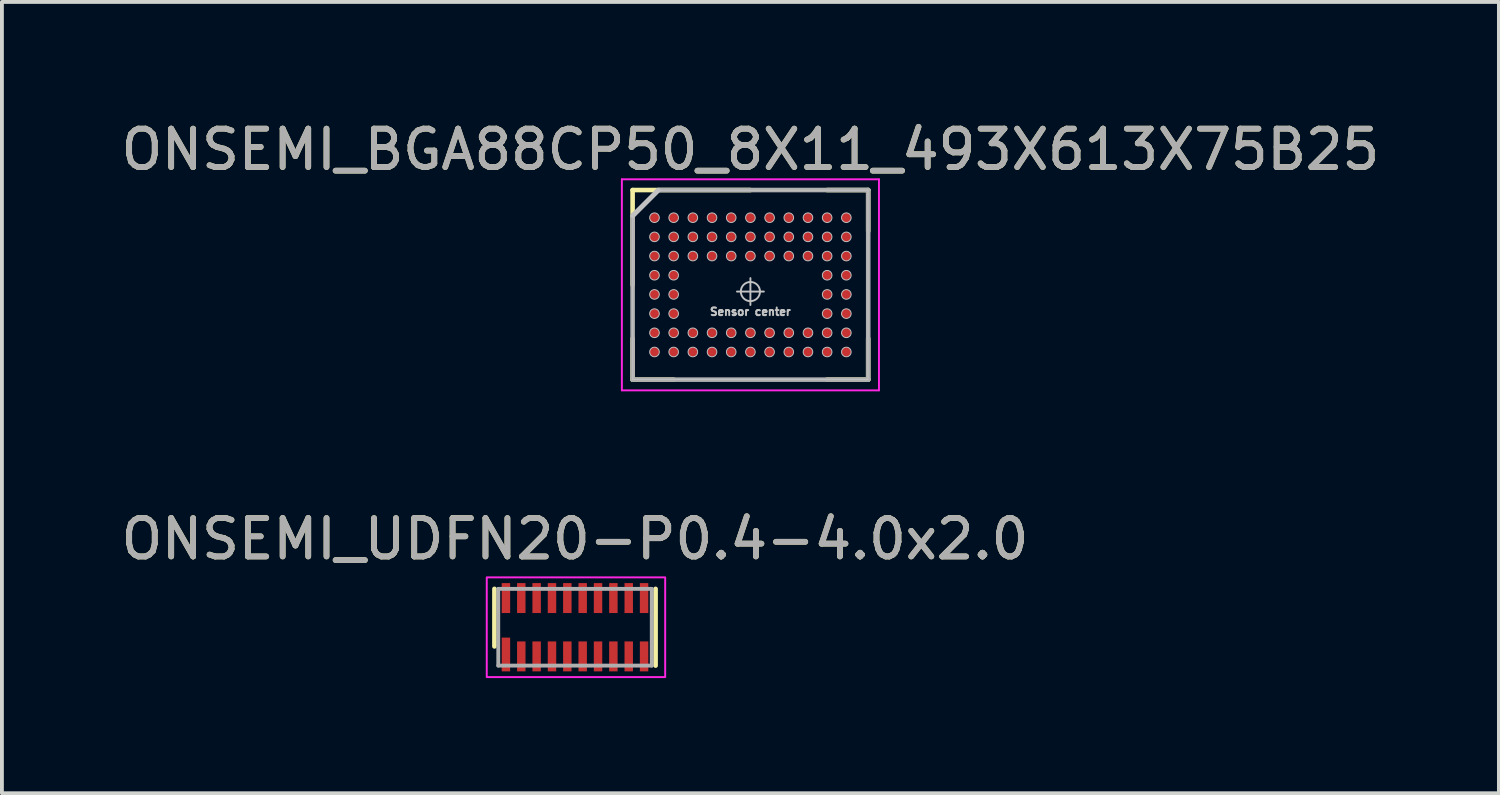
<source format=kicad_pcb>
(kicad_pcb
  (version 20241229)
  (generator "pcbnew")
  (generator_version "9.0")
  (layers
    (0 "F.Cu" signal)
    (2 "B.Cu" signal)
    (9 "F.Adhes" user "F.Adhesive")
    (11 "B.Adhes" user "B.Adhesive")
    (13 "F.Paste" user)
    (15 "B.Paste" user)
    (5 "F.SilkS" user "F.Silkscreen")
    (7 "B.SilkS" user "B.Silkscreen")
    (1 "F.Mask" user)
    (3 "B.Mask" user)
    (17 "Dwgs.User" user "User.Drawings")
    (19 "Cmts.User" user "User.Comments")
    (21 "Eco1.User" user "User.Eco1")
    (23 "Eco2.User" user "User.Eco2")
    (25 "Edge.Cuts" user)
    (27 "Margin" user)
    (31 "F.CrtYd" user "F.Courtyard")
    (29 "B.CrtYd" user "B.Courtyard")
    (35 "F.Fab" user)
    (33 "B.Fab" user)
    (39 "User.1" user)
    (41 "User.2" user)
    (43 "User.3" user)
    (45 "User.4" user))
  (footprint "ONSEMI_BGA88CP50_8X11_493X613X75B25"
    (layer "F.Cu")
    (at 16.506 4.373)
    (property "Reference" "ONSEMI_BGA88CP50_8X11_493X613X75B25" (at 0 -3.525 0) (layer "F.Fab") (effects (font (size 1 1) (thickness 0.15))))
    (attr smd)
    (fp_line (start -3.07 -2.47) (end 0 -2.47) (stroke (width 0.12) (type solid)) (layer "F.SilkS"))
    (fp_line (start -3.07 0) (end -3.07 -2.47) (stroke (width 0.12) (type solid)) (layer "F.SilkS"))
    (fp_line (start -3.07 2.47) (end -3.07 1.4) (stroke (width 0.12) (type solid)) (layer "F.SilkS"))
    (fp_line (start -3.07 2.47) (end -2 2.47) (stroke (width 0.12) (type solid)) (layer "F.SilkS"))
    (fp_line (start 3.07 -2.47) (end 2 -2.47) (stroke (width 0.12) (type solid)) (layer "F.SilkS"))
    (fp_line (start 3.07 -2.47) (end 3.07 -1.4) (stroke (width 0.12) (type solid)) (layer "F.SilkS"))
    (fp_line (start 3.07 2.47) (end 2 2.47) (stroke (width 0.12) (type solid)) (layer "F.SilkS"))
    (fp_line (start 3.07 2.47) (end 3.07 1.4) (stroke (width 0.12) (type solid)) (layer "F.SilkS"))
    (fp_line (start -3.065 2.465) (end -3.065 -1.8) (stroke (width 0.025) (type solid)) (layer "Dwgs.User"))
    (fp_line (start -2.4 -2.465) (end -3.065 -1.8) (stroke (width 0.12) (type solid)) (layer "Dwgs.User"))
    (fp_line (start -2.4 -2.465) (end 3.065 -2.465) (stroke (width 0.025) (type solid)) (layer "Dwgs.User"))
    (fp_line (start 0 -0.175) (end 0 0.525) (stroke (width 0.05) (type solid)) (layer "Dwgs.User"))
    (fp_line (start 0.35 0.175) (end -0.35 0.175) (stroke (width 0.05) (type solid)) (layer "Dwgs.User"))
    (fp_line (start 3.065 -2.465) (end 3.065 2.465) (stroke (width 0.025) (type solid)) (layer "Dwgs.User"))
    (fp_line (start 3.065 2.465) (end -3.065 2.465) (stroke (width 0.025) (type solid)) (layer "Dwgs.User"))
    (fp_circle (center -2.5 -1.75) (end -2.5 -1.625) (stroke (width 0.025) (type solid)) (fill no) (layer "Dwgs.User"))
    (fp_circle (center -2.5 -1.25) (end -2.5 -1.125) (stroke (width 0.025) (type solid)) (fill no) (layer "Dwgs.User"))
    (fp_circle (center -2.5 -0.75) (end -2.5 -0.625) (stroke (width 0.025) (type solid)) (fill no) (layer "Dwgs.User"))
    (fp_circle (center -2.5 -0.25) (end -2.5 -0.125) (stroke (width 0.025) (type solid)) (fill no) (layer "Dwgs.User"))
    (fp_circle (center -2.5 0.25) (end -2.5 0.375) (stroke (width 0.025) (type solid)) (fill no) (layer "Dwgs.User"))
    (fp_circle (center -2.5 0.75) (end -2.5 0.875) (stroke (width 0.025) (type solid)) (fill no) (layer "Dwgs.User"))
    (fp_circle (center -2.5 1.25) (end -2.5 1.375) (stroke (width 0.025) (type solid)) (fill no) (layer "Dwgs.User"))
    (fp_circle (center -2.5 1.75) (end -2.5 1.875) (stroke (width 0.025) (type solid)) (fill no) (layer "Dwgs.User"))
    (fp_circle (center -2 -1.75) (end -2 -1.625) (stroke (width 0.025) (type solid)) (fill no) (layer "Dwgs.User"))
    (fp_circle (center -2 -1.25) (end -2 -1.125) (stroke (width 0.025) (type solid)) (fill no) (layer "Dwgs.User"))
    (fp_circle (center -2 -0.75) (end -2 -0.625) (stroke (width 0.025) (type solid)) (fill no) (layer "Dwgs.User"))
    (fp_circle (center -2 -0.25) (end -2 -0.125) (stroke (width 0.025) (type solid)) (fill no) (layer "Dwgs.User"))
    (fp_circle (center -2 0.25) (end -2 0.375) (stroke (width 0.025) (type solid)) (fill no) (layer "Dwgs.User"))
    (fp_circle (center -2 0.75) (end -2 0.875) (stroke (width 0.025) (type solid)) (fill no) (layer "Dwgs.User"))
    (fp_circle (center -2 1.25) (end -2 1.375) (stroke (width 0.025) (type solid)) (fill no) (layer "Dwgs.User"))
    (fp_circle (center -2 1.75) (end -2 1.875) (stroke (width 0.025) (type solid)) (fill no) (layer "Dwgs.User"))
    (fp_circle (center -1.5 -1.75) (end -1.5 -1.625) (stroke (width 0.025) (type solid)) (fill no) (layer "Dwgs.User"))
    (fp_circle (center -1.5 -1.25) (end -1.5 -1.125) (stroke (width 0.025) (type solid)) (fill no) (layer "Dwgs.User"))
    (fp_circle (center -1.5 -0.75) (end -1.5 -0.625) (stroke (width 0.025) (type solid)) (fill no) (layer "Dwgs.User"))
    (fp_circle (center -1.5 1.25) (end -1.5 1.375) (stroke (width 0.025) (type solid)) (fill no) (layer "Dwgs.User"))
    (fp_circle (center -1.5 1.75) (end -1.5 1.875) (stroke (width 0.025) (type solid)) (fill no) (layer "Dwgs.User"))
    (fp_circle (center -1 -1.75) (end -1 -1.625) (stroke (width 0.025) (type solid)) (fill no) (layer "Dwgs.User"))
    (fp_circle (center -1 -1.25) (end -1 -1.125) (stroke (width 0.025) (type solid)) (fill no) (layer "Dwgs.User"))
    (fp_circle (center -1 -0.75) (end -1 -0.625) (stroke (width 0.025) (type solid)) (fill no) (layer "Dwgs.User"))
    (fp_circle (center -1 1.25) (end -1 1.375) (stroke (width 0.025) (type solid)) (fill no) (layer "Dwgs.User"))
    (fp_circle (center -1 1.75) (end -1 1.875) (stroke (width 0.025) (type solid)) (fill no) (layer "Dwgs.User"))
    (fp_circle (center -0.5 -1.75) (end -0.5 -1.625) (stroke (width 0.025) (type solid)) (fill no) (layer "Dwgs.User"))
    (fp_circle (center -0.5 -1.25) (end -0.5 -1.125) (stroke (width 0.025) (type solid)) (fill no) (layer "Dwgs.User"))
    (fp_circle (center -0.5 -0.75) (end -0.5 -0.625) (stroke (width 0.025) (type solid)) (fill no) (layer "Dwgs.User"))
    (fp_circle (center -0.5 1.25) (end -0.5 1.375) (stroke (width 0.025) (type solid)) (fill no) (layer "Dwgs.User"))
    (fp_circle (center -0.5 1.75) (end -0.5 1.875) (stroke (width 0.025) (type solid)) (fill no) (layer "Dwgs.User"))
    (fp_circle (center 0 -1.75) (end 0 -1.625) (stroke (width 0.025) (type solid)) (fill no) (layer "Dwgs.User"))
    (fp_circle (center 0 -1.25) (end 0 -1.125) (stroke (width 0.025) (type solid)) (fill no) (layer "Dwgs.User"))
    (fp_circle (center 0 -0.75) (end 0 -0.625) (stroke (width 0.025) (type solid)) (fill no) (layer "Dwgs.User"))
    (fp_circle (center 0 0.175) (end 0.25 0.175) (stroke (width 0.05) (type solid)) (fill no) (layer "Dwgs.User"))
    (fp_circle (center 0 1.25) (end 0 1.375) (stroke (width 0.025) (type solid)) (fill no) (layer "Dwgs.User"))
    (fp_circle (center 0 1.75) (end 0 1.875) (stroke (width 0.025) (type solid)) (fill no) (layer "Dwgs.User"))
    (fp_circle (center 0.5 -1.75) (end 0.5 -1.625) (stroke (width 0.025) (type solid)) (fill no) (layer "Dwgs.User"))
    (fp_circle (center 0.5 -1.25) (end 0.5 -1.125) (stroke (width 0.025) (type solid)) (fill no) (layer "Dwgs.User"))
    (fp_circle (center 0.5 -0.75) (end 0.5 -0.625) (stroke (width 0.025) (type solid)) (fill no) (layer "Dwgs.User"))
    (fp_circle (center 0.5 1.25) (end 0.5 1.375) (stroke (width 0.025) (type solid)) (fill no) (layer "Dwgs.User"))
    (fp_circle (center 0.5 1.75) (end 0.5 1.875) (stroke (width 0.025) (type solid)) (fill no) (layer "Dwgs.User"))
    (fp_circle (center 1 -1.75) (end 1 -1.625) (stroke (width 0.025) (type solid)) (fill no) (layer "Dwgs.User"))
    (fp_circle (center 1 -1.25) (end 1 -1.125) (stroke (width 0.025) (type solid)) (fill no) (layer "Dwgs.User"))
    (fp_circle (center 1 -0.75) (end 1 -0.625) (stroke (width 0.025) (type solid)) (fill no) (layer "Dwgs.User"))
    (fp_circle (center 1 1.25) (end 1 1.375) (stroke (width 0.025) (type solid)) (fill no) (layer "Dwgs.User"))
    (fp_circle (center 1 1.75) (end 1 1.875) (stroke (width 0.025) (type solid)) (fill no) (layer "Dwgs.User"))
    (fp_circle (center 1.5 -1.75) (end 1.5 -1.625) (stroke (width 0.025) (type solid)) (fill no) (layer "Dwgs.User"))
    (fp_circle (center 1.5 -1.25) (end 1.5 -1.125) (stroke (width 0.025) (type solid)) (fill no) (layer "Dwgs.User"))
    (fp_circle (center 1.5 -0.75) (end 1.5 -0.625) (stroke (width 0.025) (type solid)) (fill no) (layer "Dwgs.User"))
    (fp_circle (center 1.5 1.25) (end 1.5 1.375) (stroke (width 0.025) (type solid)) (fill no) (layer "Dwgs.User"))
    (fp_circle (center 1.5 1.75) (end 1.5 1.875) (stroke (width 0.025) (type solid)) (fill no) (layer "Dwgs.User"))
    (fp_circle (center 2 -1.75) (end 2 -1.625) (stroke (width 0.025) (type solid)) (fill no) (layer "Dwgs.User"))
    (fp_circle (center 2 -1.25) (end 2 -1.125) (stroke (width 0.025) (type solid)) (fill no) (layer "Dwgs.User"))
    (fp_circle (center 2 -0.75) (end 2 -0.625) (stroke (width 0.025) (type solid)) (fill no) (layer "Dwgs.User"))
    (fp_circle (center 2 -0.25) (end 2 -0.125) (stroke (width 0.025) (type solid)) (fill no) (layer "Dwgs.User"))
    (fp_circle (center 2 0.25) (end 2 0.375) (stroke (width 0.025) (type solid)) (fill no) (layer "Dwgs.User"))
    (fp_circle (center 2 0.75) (end 2 0.875) (stroke (width 0.025) (type solid)) (fill no) (layer "Dwgs.User"))
    (fp_circle (center 2 1.25) (end 2 1.375) (stroke (width 0.025) (type solid)) (fill no) (layer "Dwgs.User"))
    (fp_circle (center 2 1.75) (end 2 1.875) (stroke (width 0.025) (type solid)) (fill no) (layer "Dwgs.User"))
    (fp_circle (center 2.5 -1.75) (end 2.5 -1.625) (stroke (width 0.025) (type solid)) (fill no) (layer "Dwgs.User"))
    (fp_circle (center 2.5 -1.25) (end 2.5 -1.125) (stroke (width 0.025) (type solid)) (fill no) (layer "Dwgs.User"))
    (fp_circle (center 2.5 -0.75) (end 2.5 -0.625) (stroke (width 0.025) (type solid)) (fill no) (layer "Dwgs.User"))
    (fp_circle (center 2.5 -0.25) (end 2.5 -0.125) (stroke (width 0.025) (type solid)) (fill no) (layer "Dwgs.User"))
    (fp_circle (center 2.5 0.25) (end 2.5 0.375) (stroke (width 0.025) (type solid)) (fill no) (layer "Dwgs.User"))
    (fp_circle (center 2.5 0.75) (end 2.5 0.875) (stroke (width 0.025) (type solid)) (fill no) (layer "Dwgs.User"))
    (fp_circle (center 2.5 1.25) (end 2.5 1.375) (stroke (width 0.025) (type solid)) (fill no) (layer "Dwgs.User"))
    (fp_circle (center 2.5 1.75) (end 2.5 1.875) (stroke (width 0.025) (type solid)) (fill no) (layer "Dwgs.User"))
    (fp_line (start -3.35 -2.75) (end 3.35 -2.75) (stroke (width 0.05) (type solid)) (layer "F.CrtYd"))
    (fp_line (start -3.35 2.75) (end -3.35 -2.75) (stroke (width 0.05) (type solid)) (layer "F.CrtYd"))
    (fp_line (start 3.35 -2.75) (end 3.35 2.75) (stroke (width 0.05) (type solid)) (layer "F.CrtYd"))
    (fp_line (start 3.35 2.75) (end -3.35 2.75) (stroke (width 0.05) (type solid)) (layer "F.CrtYd"))
    (fp_line (start -3.07 2.47) (end -3.07 -1.8) (stroke (width 0.12) (type solid)) (layer "F.Fab"))
    (fp_line (start -2.4 -2.47) (end -3.07 -1.8) (stroke (width 0.12) (type solid)) (layer "F.Fab"))
    (fp_line (start -2.4 -2.47) (end 3.07 -2.47) (stroke (width 0.12) (type solid)) (layer "F.Fab"))
    (fp_line (start 3.07 -2.47) (end 3.07 2.47) (stroke (width 0.12) (type solid)) (layer "F.Fab"))
    (fp_line (start 3.07 2.47) (end -3.07 2.47) (stroke (width 0.12) (type solid)) (layer "F.Fab"))
    (fp_text user "${REFERENCE}" (at 0 -3.525 0) (layer "F.SilkS") (effects (font (size 1 1) (thickness 0.15))))
    (fp_text user "Sensor center" (at 0 0.7 0) (unlocked yes) (layer "Dwgs.User") (effects (font (size 0.2 0.2) (thickness 0.05))))
    (pad "A1" smd circle (at -2.5 -1.75) (size 0.25 0.25) (layers "F.Cu" "F.Mask" "F.Paste"))
    (pad "A2" smd circle (at -2 -1.75) (size 0.25 0.25) (layers "F.Cu" "F.Mask" "F.Paste"))
    (pad "A3" smd circle (at -1.5 -1.75) (size 0.25 0.25) (layers "F.Cu" "F.Mask" "F.Paste"))
    (pad "A4" smd circle (at -1 -1.75) (size 0.25 0.25) (layers "F.Cu" "F.Mask" "F.Paste"))
    (pad "A5" smd circle (at -0.5 -1.75) (size 0.25 0.25) (layers "F.Cu" "F.Mask" "F.Paste"))
    (pad "A6" smd circle (at 0 -1.75) (size 0.25 0.25) (layers "F.Cu" "F.Mask" "F.Paste"))
    (pad "A7" smd circle (at 0.5 -1.75) (size 0.25 0.25) (layers "F.Cu" "F.Mask" "F.Paste"))
    (pad "A8" smd circle (at 1 -1.75) (size 0.25 0.25) (layers "F.Cu" "F.Mask" "F.Paste"))
    (pad "A9" smd circle (at 1.5 -1.75) (size 0.25 0.25) (layers "F.Cu" "F.Mask" "F.Paste"))
    (pad "A10" smd circle (at 2 -1.75) (size 0.25 0.25) (layers "F.Cu" "F.Mask" "F.Paste"))
    (pad "A11" smd circle (at 2.5 -1.75) (size 0.25 0.25) (layers "F.Cu" "F.Mask" "F.Paste"))
    (pad "B1" smd circle (at -2.5 -1.25) (size 0.25 0.25) (layers "F.Cu" "F.Mask" "F.Paste"))
    (pad "B2" smd circle (at -2 -1.25) (size 0.25 0.25) (layers "F.Cu" "F.Mask" "F.Paste"))
    (pad "B3" smd circle (at -1.5 -1.25) (size 0.25 0.25) (layers "F.Cu" "F.Mask" "F.Paste"))
    (pad "B4" smd circle (at -1 -1.25) (size 0.25 0.25) (layers "F.Cu" "F.Mask" "F.Paste"))
    (pad "B5" smd circle (at -0.5 -1.25) (size 0.25 0.25) (layers "F.Cu" "F.Mask" "F.Paste"))
    (pad "B6" smd circle (at 0 -1.25) (size 0.25 0.25) (layers "F.Cu" "F.Mask" "F.Paste"))
    (pad "B7" smd circle (at 0.5 -1.25) (size 0.25 0.25) (layers "F.Cu" "F.Mask" "F.Paste"))
    (pad "B8" smd circle (at 1 -1.25) (size 0.25 0.25) (layers "F.Cu" "F.Mask" "F.Paste"))
    (pad "B9" smd circle (at 1.5 -1.25) (size 0.25 0.25) (layers "F.Cu" "F.Mask" "F.Paste"))
    (pad "B10" smd circle (at 2 -1.25) (size 0.25 0.25) (layers "F.Cu" "F.Mask" "F.Paste"))
    (pad "B11" smd circle (at 2.5 -1.25) (size 0.25 0.25) (layers "F.Cu" "F.Mask" "F.Paste"))
    (pad "C1" smd circle (at -2.5 -0.75) (size 0.25 0.25) (layers "F.Cu" "F.Mask" "F.Paste"))
    (pad "C2" smd circle (at -2 -0.75) (size 0.25 0.25) (layers "F.Cu" "F.Mask" "F.Paste"))
    (pad "C3" smd circle (at -1.5 -0.75) (size 0.25 0.25) (layers "F.Cu" "F.Mask" "F.Paste"))
    (pad "C4" smd circle (at -1 -0.75) (size 0.25 0.25) (layers "F.Cu" "F.Mask" "F.Paste"))
    (pad "C5" smd circle (at -0.5 -0.75) (size 0.25 0.25) (layers "F.Cu" "F.Mask" "F.Paste"))
    (pad "C6" smd circle (at 0 -0.75) (size 0.25 0.25) (layers "F.Cu" "F.Mask" "F.Paste"))
    (pad "C7" smd circle (at 0.5 -0.75) (size 0.25 0.25) (layers "F.Cu" "F.Mask" "F.Paste"))
    (pad "C8" smd circle (at 1 -0.75) (size 0.25 0.25) (layers "F.Cu" "F.Mask" "F.Paste"))
    (pad "C9" smd circle (at 1.5 -0.75) (size 0.25 0.25) (layers "F.Cu" "F.Mask" "F.Paste"))
    (pad "C10" smd circle (at 2 -0.75) (size 0.25 0.25) (layers "F.Cu" "F.Mask" "F.Paste"))
    (pad "C11" smd circle (at 2.5 -0.75) (size 0.25 0.25) (layers "F.Cu" "F.Mask" "F.Paste"))
    (pad "D1" smd circle (at -2.5 -0.25) (size 0.25 0.25) (layers "F.Cu" "F.Mask" "F.Paste"))
    (pad "D2" smd circle (at -2 -0.25) (size 0.25 0.25) (layers "F.Cu" "F.Mask" "F.Paste"))
    (pad "D10" smd circle (at 2 -0.25) (size 0.25 0.25) (layers "F.Cu" "F.Mask" "F.Paste"))
    (pad "D11" smd circle (at 2.5 -0.25) (size 0.25 0.25) (layers "F.Cu" "F.Mask" "F.Paste"))
    (pad "E1" smd circle (at -2.5 0.25) (size 0.25 0.25) (layers "F.Cu" "F.Mask" "F.Paste"))
    (pad "E2" smd circle (at -2 0.25) (size 0.25 0.25) (layers "F.Cu" "F.Mask" "F.Paste"))
    (pad "E10" smd circle (at 2 0.25) (size 0.25 0.25) (layers "F.Cu" "F.Mask" "F.Paste"))
    (pad "E11" smd circle (at 2.5 0.25) (size 0.25 0.25) (layers "F.Cu" "F.Mask" "F.Paste"))
    (pad "F1" smd circle (at -2.5 0.75) (size 0.25 0.25) (layers "F.Cu" "F.Mask" "F.Paste"))
    (pad "F2" smd circle (at -2 0.75) (size 0.25 0.25) (layers "F.Cu" "F.Mask" "F.Paste"))
    (pad "F10" smd circle (at 2 0.75) (size 0.25 0.25) (layers "F.Cu" "F.Mask" "F.Paste"))
    (pad "F11" smd circle (at 2.5 0.75) (size 0.25 0.25) (layers "F.Cu" "F.Mask" "F.Paste"))
    (pad "G1" smd circle (at -2.5 1.25) (size 0.25 0.25) (layers "F.Cu" "F.Mask" "F.Paste"))
    (pad "G2" smd circle (at -2 1.25) (size 0.25 0.25) (layers "F.Cu" "F.Mask" "F.Paste"))
    (pad "G3" smd circle (at -1.5 1.25) (size 0.25 0.25) (layers "F.Cu" "F.Mask" "F.Paste"))
    (pad "G4" smd circle (at -1 1.25) (size 0.25 0.25) (layers "F.Cu" "F.Mask" "F.Paste"))
    (pad "G5" smd circle (at -0.5 1.25) (size 0.25 0.25) (layers "F.Cu" "F.Mask" "F.Paste"))
    (pad "G6" smd circle (at 0 1.25) (size 0.25 0.25) (layers "F.Cu" "F.Mask" "F.Paste"))
    (pad "G7" smd circle (at 0.5 1.25) (size 0.25 0.25) (layers "F.Cu" "F.Mask" "F.Paste"))
    (pad "G8" smd circle (at 1 1.25) (size 0.25 0.25) (layers "F.Cu" "F.Mask" "F.Paste"))
    (pad "G9" smd circle (at 1.5 1.25) (size 0.25 0.25) (layers "F.Cu" "F.Mask" "F.Paste"))
    (pad "G10" smd circle (at 2 1.25) (size 0.25 0.25) (layers "F.Cu" "F.Mask" "F.Paste"))
    (pad "G11" smd circle (at 2.5 1.25) (size 0.25 0.25) (layers "F.Cu" "F.Mask" "F.Paste"))
    (pad "H1" smd circle (at -2.5 1.75) (size 0.25 0.25) (layers "F.Cu" "F.Mask" "F.Paste"))
    (pad "H2" smd circle (at -2 1.75) (size 0.25 0.25) (layers "F.Cu" "F.Mask" "F.Paste"))
    (pad "H3" smd circle (at -1.5 1.75) (size 0.25 0.25) (layers "F.Cu" "F.Mask" "F.Paste"))
    (pad "H4" smd circle (at -1 1.75) (size 0.25 0.25) (layers "F.Cu" "F.Mask" "F.Paste"))
    (pad "H5" smd circle (at -0.5 1.75) (size 0.25 0.25) (layers "F.Cu" "F.Mask" "F.Paste"))
    (pad "H6" smd circle (at 0 1.75) (size 0.25 0.25) (layers "F.Cu" "F.Mask" "F.Paste"))
    (pad "H7" smd circle (at 0.5 1.75) (size 0.25 0.25) (layers "F.Cu" "F.Mask" "F.Paste"))
    (pad "H8" smd circle (at 1 1.75) (size 0.25 0.25) (layers "F.Cu" "F.Mask" "F.Paste"))
    (pad "H9" smd circle (at 1.5 1.75) (size 0.25 0.25) (layers "F.Cu" "F.Mask" "F.Paste"))
    (pad "H10" smd circle (at 2 1.75) (size 0.25 0.25) (layers "F.Cu" "F.Mask" "F.Paste"))
    (pad "H11" smd circle (at 2.5 1.75) (size 0.25 0.25) (layers "F.Cu" "F.Mask" "F.Paste")))
  (footprint "ONSEMI_UDFN20-P0.4-4.0x2.0"
    (layer "F.Cu")
    (at 11.935 13.296)
    (property "Reference" "ONSEMI_UDFN20-P0.4-4.0x2.0" (at 0 -2.3 0) (unlocked yes) (layer "F.SilkS") (effects (font (size 1 1) (thickness 0.15))))
    (attr smd)
    (fp_line (start -2.1 -1) (end -2.1 0.5) (stroke (width 0.12) (type solid)) (layer "F.SilkS"))
    (fp_line (start 2.1 -1) (end 2.1 1) (stroke (width 0.12) (type solid)) (layer "F.SilkS"))
    (fp_rect (start -2.3 1.3) (end 2.35 -1.3) (stroke (width 0.05) (type solid)) (fill no) (layer "F.CrtYd"))
    (fp_line (start -2 -1) (end 2 -1) (stroke (width 0.1) (type solid)) (layer "F.Fab"))
    (fp_line (start -2 1) (end -2 -1) (stroke (width 0.1) (type solid)) (layer "F.Fab"))
    (fp_line (start 2 -1) (end 2 1) (stroke (width 0.1) (type solid)) (layer "F.Fab"))
    (fp_line (start 2 1) (end -2 1) (stroke (width 0.1) (type solid)) (layer "F.Fab"))
    (fp_text user "${REFERENCE}" (at 0 -2.3 0) (unlocked yes) (layer "F.Fab") (effects (font (size 1 1) (thickness 0.15))))
    (pad "1" smd rect (at -1.8 0.71) (size 0.22 0.88) (layers "F.Cu" "F.Mask" "F.Paste"))
    (pad "2" smd rect (at -1.4 0.76) (size 0.22 0.78) (layers "F.Cu" "F.Mask" "F.Paste"))
    (pad "3" smd rect (at -1 0.76) (size 0.22 0.78) (layers "F.Cu" "F.Mask" "F.Paste"))
    (pad "4" smd rect (at -0.6 0.76) (size 0.22 0.78) (layers "F.Cu" "F.Mask" "F.Paste"))
    (pad "5" smd rect (at -0.2 0.76) (size 0.22 0.78) (layers "F.Cu" "F.Mask" "F.Paste"))
    (pad "6" smd rect (at 0.2 0.76) (size 0.22 0.78) (layers "F.Cu" "F.Mask" "F.Paste"))
    (pad "7" smd rect (at 0.6 0.76) (size 0.22 0.78) (layers "F.Cu" "F.Mask" "F.Paste"))
    (pad "8" smd rect (at 1 0.76) (size 0.22 0.78) (layers "F.Cu" "F.Mask" "F.Paste"))
    (pad "9" smd rect (at 1.4 0.76) (size 0.22 0.78) (layers "F.Cu" "F.Mask" "F.Paste"))
    (pad "10" smd rect (at 1.8 0.76) (size 0.22 0.78) (layers "F.Cu" "F.Mask" "F.Paste"))
    (pad "11" smd rect (at 1.8 -0.76) (size 0.22 0.78) (layers "F.Cu" "F.Mask" "F.Paste"))
    (pad "12" smd rect (at 1.4 -0.76) (size 0.22 0.78) (layers "F.Cu" "F.Mask" "F.Paste"))
    (pad "13" smd rect (at 1 -0.76) (size 0.22 0.78) (layers "F.Cu" "F.Mask" "F.Paste"))
    (pad "14" smd rect (at 0.6 -0.76) (size 0.22 0.78) (layers "F.Cu" "F.Mask" "F.Paste"))
    (pad "15" smd rect (at 0.2 -0.76) (size 0.22 0.78) (layers "F.Cu" "F.Mask" "F.Paste"))
    (pad "16" smd rect (at -0.2 -0.76) (size 0.22 0.78) (layers "F.Cu" "F.Mask" "F.Paste"))
    (pad "17" smd rect (at -0.6 -0.76) (size 0.22 0.78) (layers "F.Cu" "F.Mask" "F.Paste"))
    (pad "18" smd rect (at -1 -0.76) (size 0.22 0.78) (layers "F.Cu" "F.Mask" "F.Paste"))
    (pad "19" smd rect (at -1.4 -0.76) (size 0.22 0.78) (layers "F.Cu" "F.Mask" "F.Paste"))
    (pad "20" smd rect (at -1.8 -0.76) (size 0.22 0.78) (layers "F.Cu" "F.Mask" "F.Paste")))
  (gr_rect
    (start -3 -3)
    (end 36.012 17.622)
    (stroke (width 0.1) (type default))
    (fill no)
    (layer "Edge.Cuts")))
</source>
